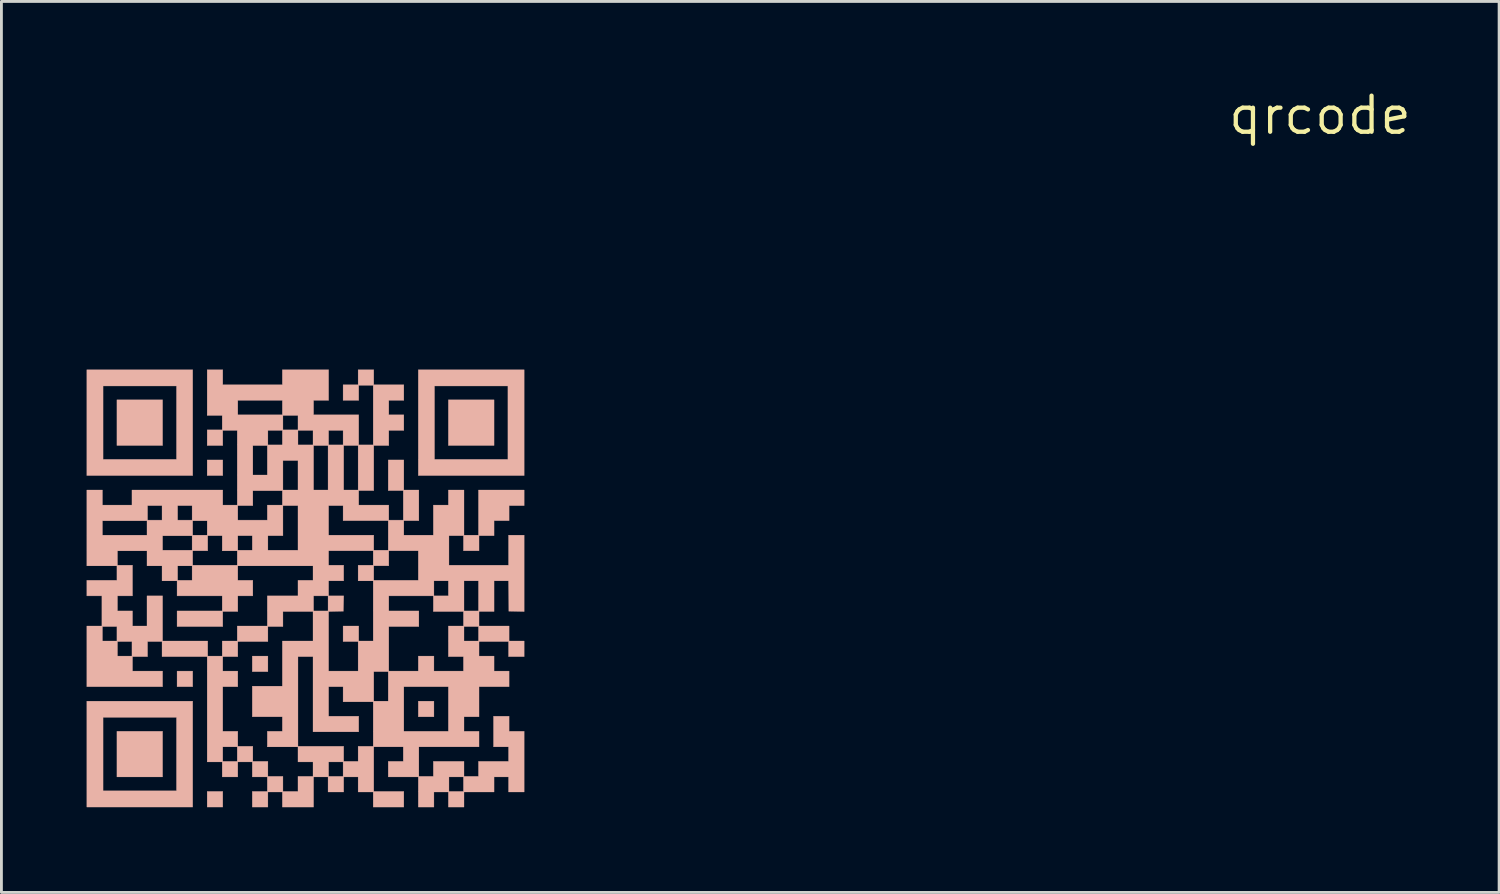
<source format=kicad_pcb>
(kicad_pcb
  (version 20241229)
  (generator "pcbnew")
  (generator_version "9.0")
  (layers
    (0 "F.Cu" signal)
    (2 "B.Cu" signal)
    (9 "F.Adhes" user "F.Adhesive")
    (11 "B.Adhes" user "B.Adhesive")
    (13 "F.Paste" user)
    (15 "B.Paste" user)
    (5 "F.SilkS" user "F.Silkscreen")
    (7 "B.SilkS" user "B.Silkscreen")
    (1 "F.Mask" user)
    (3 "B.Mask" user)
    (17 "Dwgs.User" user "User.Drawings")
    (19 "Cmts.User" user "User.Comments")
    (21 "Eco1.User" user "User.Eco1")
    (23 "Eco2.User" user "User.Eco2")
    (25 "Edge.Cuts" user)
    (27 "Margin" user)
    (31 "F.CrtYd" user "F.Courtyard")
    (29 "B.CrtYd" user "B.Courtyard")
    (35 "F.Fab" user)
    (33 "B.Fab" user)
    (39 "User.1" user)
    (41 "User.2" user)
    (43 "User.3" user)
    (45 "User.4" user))
  (footprint "qrcode"
    (layer "F.Cu")
    (at 43.397 1.006)
    (property "Reference" "qrcode" (at 0 0 0) (layer "F.SilkS") (effects (font (size 1.27 1.27) (thickness 0.15))))
    (attr through_hole)
    (fp_poly (pts (xy -40.725 11.62) (xy -42.333 11.62) (xy -42.333 10.012) (xy -40.725 10.012) (xy -40.725 11.62)) (stroke (width 0.01) (type solid)) (fill yes) (layer "B.SilkS"))
    (fp_poly (pts (xy -40.725 23.283) (xy -42.333 23.283) (xy -42.333 21.675) (xy -40.725 21.675) (xy -40.725 23.283)) (stroke (width 0.01) (type solid)) (fill yes) (layer "B.SilkS"))
    (fp_poly (pts (xy -39.666 20.108) (xy -40.217 20.108) (xy -40.217 19.558) (xy -39.666 19.558) (xy -39.666 20.108)) (stroke (width 0.01) (type solid)) (fill yes) (layer "B.SilkS"))
    (fp_poly (pts (xy -38.608 12.679) (xy -39.158 12.679) (xy -39.158 12.129) (xy -38.608 12.129) (xy -38.608 12.679)) (stroke (width 0.01) (type solid)) (fill yes) (layer "B.SilkS"))
    (fp_poly (pts (xy -38.608 24.342) (xy -39.158 24.342) (xy -39.158 23.791) (xy -38.608 23.791) (xy -38.608 24.342)) (stroke (width 0.01) (type solid)) (fill yes) (layer "B.SilkS"))
    (fp_poly (pts (xy -37.02 19.579) (xy -37.571 19.579) (xy -37.571 19.029) (xy -37.02 19.029) (xy -37.02 19.579)) (stroke (width 0.01) (type solid)) (fill yes) (layer "B.SilkS"))
    (fp_poly (pts (xy -31.178 21.167) (xy -31.729 21.167) (xy -31.729 20.616) (xy -31.178 20.616) (xy -31.178 21.167)) (stroke (width 0.01) (type solid)) (fill yes) (layer "B.SilkS"))
    (fp_poly (pts (xy -29.062 11.62) (xy -30.671 11.62) (xy -30.671 10.012) (xy -29.062 10.012) (xy -29.062 11.62)) (stroke (width 0.01) (type solid)) (fill yes) (layer "B.SilkS"))
    (fp_poly (pts (xy -39.666 12.679) (xy -43.392 12.679) (xy -43.392 9.525) (xy -42.82 9.525) (xy -42.82 12.107) (xy -40.238 12.107) (xy -40.238 9.525) (xy -42.82 9.525) (xy -43.392 9.525) (xy -43.392 8.954) (xy -39.666 8.954) (xy -39.666 12.679)) (stroke (width 0.01) (type solid)) (fill yes) (layer "B.SilkS"))
    (fp_poly (pts (xy -39.666 24.342) (xy -43.392 24.342) (xy -43.392 21.188) (xy -42.82 21.188) (xy -42.82 23.77) (xy -40.238 23.77) (xy -40.238 21.188) (xy -42.82 21.188) (xy -43.392 21.188) (xy -43.392 20.616) (xy -39.666 20.616) (xy -39.666 24.342)) (stroke (width 0.01) (type solid)) (fill yes) (layer "B.SilkS"))
    (fp_poly (pts (xy -28.003 12.679) (xy -31.729 12.679) (xy -31.729 9.525) (xy -31.157 9.525) (xy -31.157 12.107) (xy -28.575 12.107) (xy -28.575 9.525) (xy -31.157 9.525) (xy -31.729 9.525) (xy -31.729 8.954) (xy -28.003 8.954) (xy -28.003 12.679)) (stroke (width 0.01) (type solid)) (fill yes) (layer "B.SilkS"))
    (fp_poly (pts (xy -38.608 9.483) (xy -36.513 9.483) (xy -36.513 8.954) (xy -34.883 8.954) (xy -34.883 10.033) (xy -35.412 10.033) (xy -35.412 10.541) (xy -33.824 10.541) (xy -33.824 11.599) (xy -33.316 11.599) (xy -33.316 9.504) (xy -33.824 9.504) (xy -33.824 10.033) (xy -34.375 10.033) (xy -34.375 9.483) (xy -33.846 9.483) (xy -33.846 8.954) (xy -33.295 8.954) (xy -33.295 9.483) (xy -32.237 9.483) (xy -32.237 10.033) (xy -32.766 10.033) (xy -32.766 10.541) (xy -32.237 10.541) (xy -32.237 11.091) (xy -32.766 11.091) (xy -32.766 11.62) (xy -33.295 11.62) (xy -33.295 13.208) (xy -33.824 13.208) (xy -33.824 13.716) (xy -32.766 13.716) (xy -32.766 14.245) (xy -32.258 14.245) (xy -32.258 13.208) (xy -32.787 13.208) (xy -32.787 12.129) (xy -32.237 12.129) (xy -32.237 13.187) (xy -31.708 13.187) (xy -31.708 14.266) (xy -32.237 14.266) (xy -32.237 14.774) (xy -31.2 14.774) (xy -31.2 13.716) (xy -30.671 13.716) (xy -30.671 13.187) (xy -30.12 13.187) (xy -30.12 14.774) (xy -29.612 14.774) (xy -29.612 13.187) (xy -28.003 13.187) (xy -28.003 13.737) (xy -28.533 13.737) (xy -28.533 14.266) (xy -29.062 14.266) (xy -29.062 14.796) (xy -29.591 14.796) (xy -29.591 15.325) (xy -30.141 15.325) (xy -30.141 14.796) (xy -30.649 14.796) (xy -30.649 15.833) (xy -28.554 15.833) (xy -28.554 14.774) (xy -28.003 14.774) (xy -28.003 17.464) (xy -28.543 17.452) (xy -28.549 16.917) (xy -28.555 16.383) (xy -29.062 16.383) (xy -29.062 17.462) (xy -29.591 17.462) (xy -29.591 17.971) (xy -28.533 17.971) (xy -28.533 18.5) (xy -28.003 18.5) (xy -28.003 19.05) (xy -28.554 19.05) (xy -28.554 18.521) (xy -29.591 18.521) (xy -29.591 19.029) (xy -29.062 19.029) (xy -29.062 19.558) (xy -28.533 19.558) (xy -28.533 20.108) (xy -29.591 20.108) (xy -29.591 21.167) (xy -30.12 21.167) (xy -30.12 21.675) (xy -29.591 21.675) (xy -29.591 22.225) (xy -31.708 22.225) (xy -31.708 23.262) (xy -31.2 23.262) (xy -31.2 22.733) (xy -30.12 22.733) (xy -30.12 23.262) (xy -29.612 23.262) (xy -29.612 22.733) (xy -28.554 22.733) (xy -28.554 22.225) (xy -29.083 22.225) (xy -29.083 21.145) (xy -28.533 21.145) (xy -28.533 21.675) (xy -28.003 21.675) (xy -28.003 23.812) (xy -28.554 23.812) (xy -28.554 23.283) (xy -29.062 23.283) (xy -29.062 23.812) (xy -30.12 23.812) (xy -30.12 24.342) (xy -30.671 24.342) (xy -30.671 23.812) (xy -31.178 23.812) (xy -31.178 24.342) (xy -31.729 24.342) (xy -31.729 23.283) (xy -30.649 23.283) (xy -30.649 23.791) (xy -30.141 23.791) (xy -30.141 23.283) (xy -30.649 23.283) (xy -31.729 23.283) (xy -32.787 23.283) (xy -32.787 22.733) (xy -32.258 22.733) (xy -32.258 22.225) (xy -33.295 22.225) (xy -33.295 23.791) (xy -32.237 23.791) (xy -32.237 24.342) (xy -33.316 24.342) (xy -33.316 23.812) (xy -33.846 23.812) (xy -33.846 23.283) (xy -34.353 23.283) (xy -34.353 23.812) (xy -34.904 23.812) (xy -34.904 23.283) (xy -35.412 23.283) (xy -35.412 24.342) (xy -36.513 24.342) (xy -36.513 23.812) (xy -37.02 23.812) (xy -37.02 24.342) (xy -37.571 24.342) (xy -37.571 23.791) (xy -37.042 23.791) (xy -37.042 23.283) (xy -37.571 23.283) (xy -37.571 22.754) (xy -38.079 22.754) (xy -38.079 23.283) (xy -38.629 23.283) (xy -38.629 22.754) (xy -39.158 22.754) (xy -39.158 22.225) (xy -38.608 22.225) (xy -38.608 22.733) (xy -38.1 22.733) (xy -38.1 22.225) (xy -38.608 22.225) (xy -39.158 22.225) (xy -39.158 19.05) (xy -38.608 19.05) (xy -38.608 19.558) (xy -38.079 19.558) (xy -38.079 20.108) (xy -38.608 20.108) (xy -38.608 21.675) (xy -38.079 21.675) (xy -38.079 22.204) (xy -37.55 22.204) (xy -37.55 22.733) (xy -37.02 22.733) (xy -37.02 23.262) (xy -36.491 23.262) (xy -36.491 23.791) (xy -35.962 23.791) (xy -35.962 23.262) (xy -35.433 23.262) (xy -35.433 22.754) (xy -34.883 22.754) (xy -34.883 23.262) (xy -34.375 23.262) (xy -34.375 22.754) (xy -34.883 22.754) (xy -35.433 22.754) (xy -35.962 22.754) (xy -35.962 22.225) (xy -37.042 22.225) (xy -37.042 21.675) (xy -36.513 21.675) (xy -36.513 21.167) (xy -37.571 21.167) (xy -37.571 20.087) (xy -36.513 20.087) (xy -36.513 19.05) (xy -35.962 19.05) (xy -35.962 22.204) (xy -34.353 22.204) (xy -34.353 22.733) (xy -33.846 22.733) (xy -33.846 22.204) (xy -33.316 22.204) (xy -33.316 20.637) (xy -34.375 20.637) (xy -34.375 20.108) (xy -34.883 20.108) (xy -34.883 21.145) (xy -33.824 21.145) (xy -33.824 21.696) (xy -35.433 21.696) (xy -35.433 19.579) (xy -33.295 19.579) (xy -33.295 20.616) (xy -32.787 20.616) (xy -32.787 20.108) (xy -32.237 20.108) (xy -32.237 21.675) (xy -30.671 21.675) (xy -30.671 20.108) (xy -32.237 20.108) (xy -32.787 20.108) (xy -32.787 19.579) (xy -33.295 19.579) (xy -35.433 19.579) (xy -35.433 19.05) (xy -35.962 19.05) (xy -36.513 19.05) (xy -36.513 18.5) (xy -35.433 18.5) (xy -35.433 17.462) (xy -36.491 17.462) (xy -36.491 17.992) (xy -37.02 17.992) (xy -37.02 18.521) (xy -38.079 18.521) (xy -38.079 19.05) (xy -38.608 19.05) (xy -39.158 19.05) (xy -40.746 19.05) (xy -40.746 18.521) (xy -41.254 18.521) (xy -41.254 19.05) (xy -41.783 19.05) (xy -41.783 19.558) (xy -40.725 19.558) (xy -40.725 20.108) (xy -43.392 20.108) (xy -43.392 18.521) (xy -42.312 18.521) (xy -42.312 19.029) (xy -41.804 19.029) (xy -41.804 18.521) (xy -42.312 18.521) (xy -43.392 18.521) (xy -43.392 17.992) (xy -42.841 17.992) (xy -42.841 18.5) (xy -42.333 18.5) (xy -42.333 17.992) (xy -42.841 17.992) (xy -43.392 17.992) (xy -43.392 17.971) (xy -42.862 17.971) (xy -42.862 16.912) (xy -43.392 16.912) (xy -43.392 16.362) (xy -42.333 16.362) (xy -42.333 15.854) (xy -43.392 15.854) (xy -43.392 15.325) (xy -42.312 15.325) (xy -42.312 15.833) (xy -41.783 15.833) (xy -41.783 16.912) (xy -42.312 16.912) (xy -42.312 17.441) (xy -41.783 17.441) (xy -41.783 17.971) (xy -41.275 17.971) (xy -41.275 16.912) (xy -40.725 16.912) (xy -40.725 18.5) (xy -39.137 18.5) (xy -39.137 19.029) (xy -38.629 19.029) (xy -38.629 18.5) (xy -38.1 18.5) (xy -38.1 17.971) (xy -37.042 17.971) (xy -37.042 16.912) (xy -35.962 16.912) (xy -35.412 16.912) (xy -35.412 17.441) (xy -34.904 17.441) (xy -34.904 16.912) (xy -35.412 16.912) (xy -35.962 16.912) (xy -35.962 16.362) (xy -35.433 16.362) (xy -35.433 15.854) (xy -38.079 15.854) (xy -38.079 16.362) (xy -37.55 16.362) (xy -37.55 16.912) (xy -38.079 16.912) (xy -38.079 17.462) (xy -38.608 17.462) (xy -38.608 17.992) (xy -40.217 17.992) (xy -40.217 17.441) (xy -38.629 17.441) (xy -38.629 16.912) (xy -40.217 16.912) (xy -40.217 16.383) (xy -40.746 16.383) (xy -40.746 15.854) (xy -40.196 15.854) (xy -40.196 16.362) (xy -39.688 16.362) (xy -39.688 15.854) (xy -40.196 15.854) (xy -40.746 15.854) (xy -41.275 15.854) (xy -41.275 15.325) (xy -39.666 15.325) (xy -39.666 15.833) (xy -38.1 15.833) (xy -38.1 15.325) (xy -34.883 15.325) (xy -34.883 15.833) (xy -34.353 15.833) (xy -34.353 16.383) (xy -34.883 16.383) (xy -34.883 16.912) (xy -34.352 16.912) (xy -34.364 17.452) (xy -34.623 17.458) (xy -34.883 17.464) (xy -34.883 19.558) (xy -33.846 19.558) (xy -33.846 18.521) (xy -34.375 18.521) (xy -34.375 17.971) (xy -33.824 17.971) (xy -33.824 18.5) (xy -33.316 18.5) (xy -33.316 16.912) (xy -32.766 16.912) (xy -32.766 17.441) (xy -31.708 17.441) (xy -31.708 17.992) (xy -32.766 17.992) (xy -32.766 19.558) (xy -31.729 19.558) (xy -31.729 19.029) (xy -31.178 19.029) (xy -31.178 19.558) (xy -30.141 19.558) (xy -30.141 19.05) (xy -30.671 19.05) (xy -30.671 17.992) (xy -30.12 17.992) (xy -30.12 18.5) (xy -29.612 18.5) (xy -29.612 17.992) (xy -30.12 17.992) (xy -30.671 17.992) (xy -30.671 17.971) (xy -30.141 17.971) (xy -30.141 17.462) (xy -31.2 17.462) (xy -31.2 16.912) (xy -32.766 16.912) (xy -33.316 16.912) (xy -33.316 16.383) (xy -31.178 16.383) (xy -31.178 16.912) (xy -30.671 16.912) (xy -30.671 16.383) (xy -30.12 16.383) (xy -30.12 17.441) (xy -29.612 17.441) (xy -29.612 16.383) (xy -30.12 16.383) (xy -30.671 16.383) (xy -31.178 16.383) (xy -33.316 16.383) (xy -33.846 16.383) (xy -33.846 15.854) (xy -33.295 15.854) (xy -33.295 16.362) (xy -31.729 16.362) (xy -31.729 15.325) (xy -32.766 15.325) (xy -32.766 15.854) (xy -33.295 15.854) (xy -33.846 15.854) (xy -33.846 15.833) (xy -33.316 15.833) (xy -33.316 15.325) (xy -34.883 15.325) (xy -38.1 15.325) (xy -38.629 15.325) (xy -38.629 14.796) (xy -38.079 14.796) (xy -38.079 15.303) (xy -37.571 15.303) (xy -37.571 14.796) (xy -37.02 14.796) (xy -37.02 15.303) (xy -35.962 15.303) (xy -35.962 13.737) (xy -34.883 13.737) (xy -34.883 14.774) (xy -33.295 14.774) (xy -33.295 15.303) (xy -32.787 15.303) (xy -32.787 14.266) (xy -34.375 14.266) (xy -34.375 13.737) (xy -34.883 13.737) (xy -35.962 13.737) (xy -36.491 13.737) (xy -36.491 14.796) (xy -37.02 14.796) (xy -37.571 14.796) (xy -38.079 14.796) (xy -38.629 14.796) (xy -39.137 14.796) (xy -39.137 15.325) (xy -39.666 15.325) (xy -41.275 15.325) (xy -42.312 15.325) (xy -43.392 15.325) (xy -43.392 14.796) (xy -40.725 14.796) (xy -40.725 15.303) (xy -39.688 15.303) (xy -39.688 14.796) (xy -40.725 14.796) (xy -43.392 14.796) (xy -43.392 14.266) (xy -42.841 14.266) (xy -42.841 14.774) (xy -41.275 14.774) (xy -41.275 14.266) (xy -39.666 14.266) (xy -39.666 14.774) (xy -39.158 14.774) (xy -39.158 14.266) (xy -39.666 14.266) (xy -41.275 14.266) (xy -42.841 14.266) (xy -43.392 14.266) (xy -43.392 13.737) (xy -41.254 13.737) (xy -41.254 14.245) (xy -40.746 14.245) (xy -40.746 13.737) (xy -40.196 13.737) (xy -40.196 14.245) (xy -39.688 14.245) (xy -39.688 13.737) (xy -38.079 13.737) (xy -38.079 14.245) (xy -37.042 14.245) (xy -37.042 13.716) (xy -36.513 13.716) (xy -36.513 13.208) (xy -37.55 13.208) (xy -37.55 13.737) (xy -38.079 13.737) (xy -39.688 13.737) (xy -40.196 13.737) (xy -40.746 13.737) (xy -41.254 13.737) (xy -43.392 13.737) (xy -43.392 13.187) (xy -42.841 13.187) (xy -42.841 13.716) (xy -41.804 13.716) (xy -41.804 13.187) (xy -38.608 13.187) (xy -38.608 13.716) (xy -38.1 13.716) (xy -38.1 11.62) (xy -37.55 11.62) (xy -37.55 12.658) (xy -37.042 12.658) (xy -37.042 12.15) (xy -36.491 12.15) (xy -36.491 13.187) (xy -35.962 13.187) (xy -35.962 12.15) (xy -36.491 12.15) (xy -37.042 12.15) (xy -37.042 11.62) (xy -35.412 11.62) (xy -35.412 13.187) (xy -34.904 13.187) (xy -34.904 11.62) (xy -34.353 11.62) (xy -34.353 13.187) (xy -33.846 13.187) (xy -33.846 11.62) (xy -34.353 11.62) (xy -34.904 11.62) (xy -35.412 11.62) (xy -37.042 11.62) (xy -37.55 11.62) (xy -38.1 11.62) (xy -38.1 11.091) (xy -37.02 11.091) (xy -37.02 11.599) (xy -36.513 11.599) (xy -36.513 11.091) (xy -35.962 11.091) (xy -35.962 11.599) (xy -35.433 11.599) (xy -35.433 11.091) (xy -34.883 11.091) (xy -34.883 11.599) (xy -34.375 11.599) (xy -34.375 11.091) (xy -34.883 11.091) (xy -35.433 11.091) (xy -35.962 11.091) (xy -36.513 11.091) (xy -37.02 11.091) (xy -38.1 11.091) (xy -38.608 11.091) (xy -38.608 11.62) (xy -39.158 11.62) (xy -39.158 11.07) (xy -38.629 11.07) (xy -38.629 10.562) (xy -36.491 10.562) (xy -36.491 11.07) (xy -35.962 11.07) (xy -35.962 10.562) (xy -36.491 10.562) (xy -38.629 10.562) (xy -39.158 10.562) (xy -39.158 10.033) (xy -38.079 10.033) (xy -38.079 10.541) (xy -36.513 10.541) (xy -36.513 10.033) (xy -38.079 10.033) (xy -39.158 10.033) (xy -39.158 8.954) (xy -38.608 8.954) (xy -38.608 9.483)) (stroke (width 0.01) (type solid)) (fill yes) (layer "B.SilkS")))
  (gr_rect
    (start -3 -3)
    (end 49.7 28.353)
    (stroke (width 0.1) (type default))
    (fill no)
    (layer "Edge.Cuts")))
</source>
